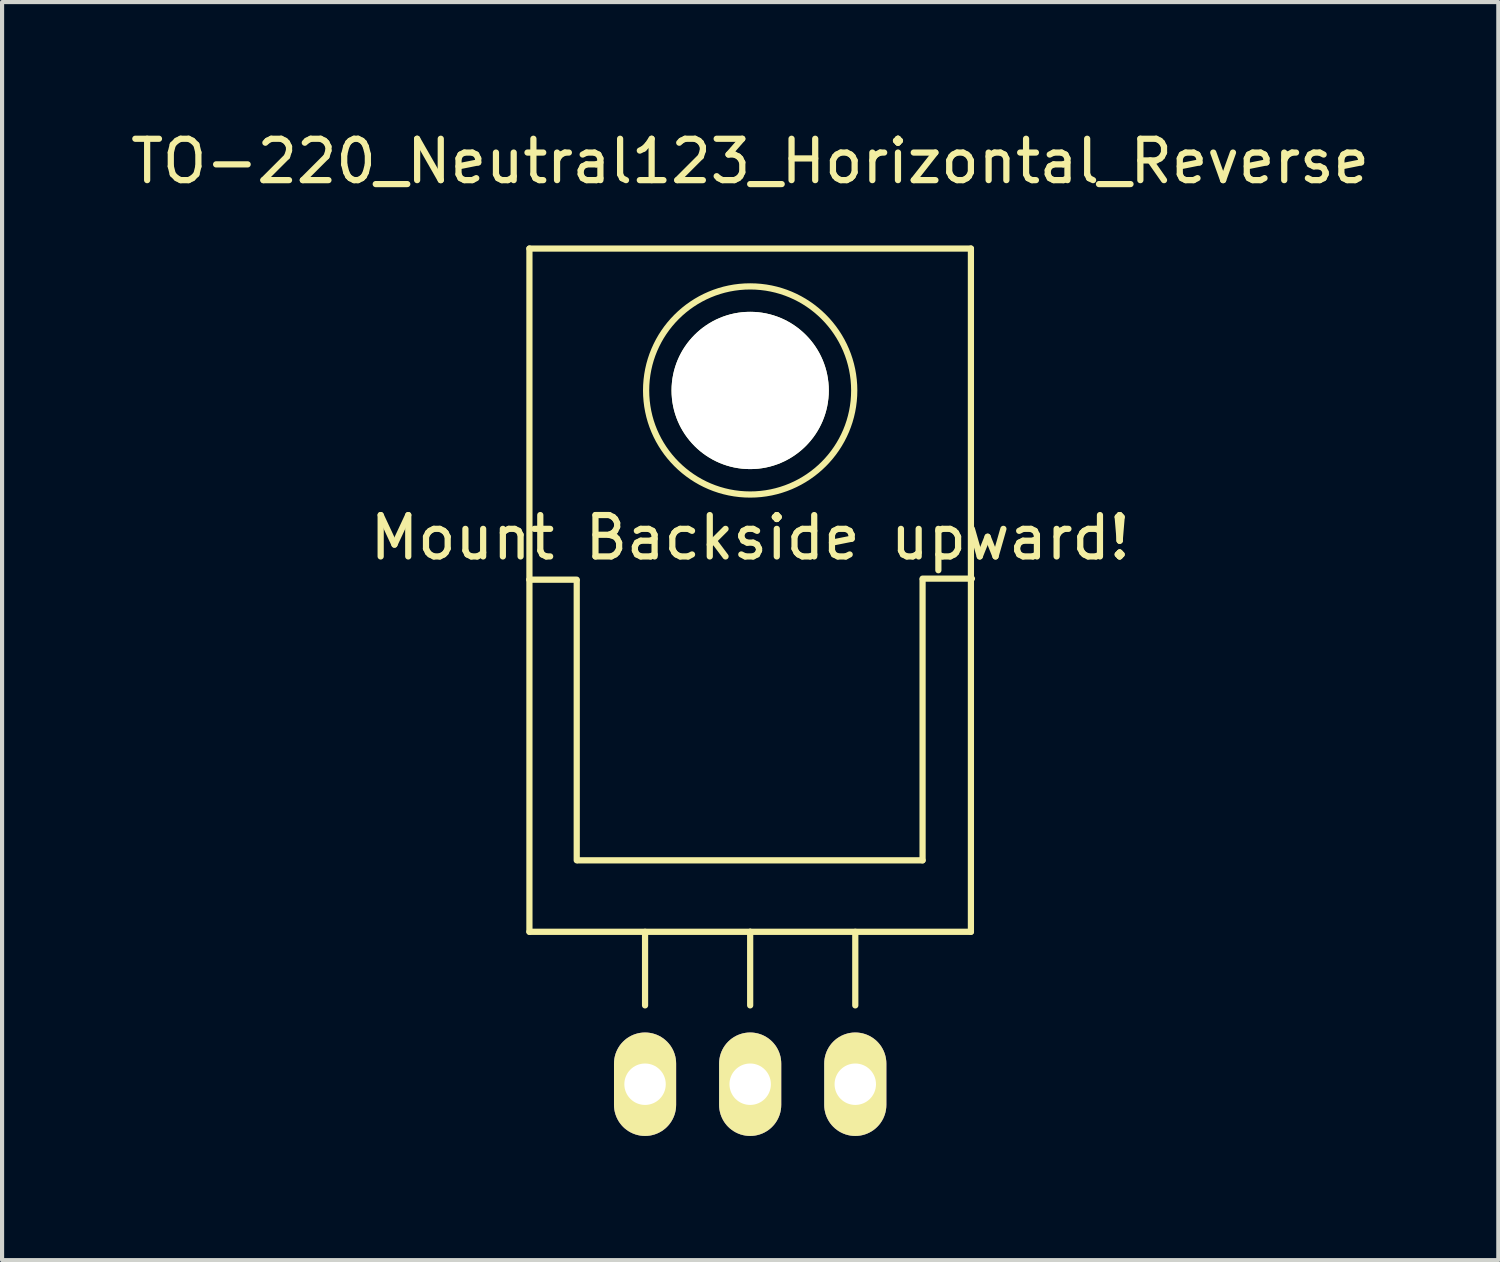
<source format=kicad_pcb>
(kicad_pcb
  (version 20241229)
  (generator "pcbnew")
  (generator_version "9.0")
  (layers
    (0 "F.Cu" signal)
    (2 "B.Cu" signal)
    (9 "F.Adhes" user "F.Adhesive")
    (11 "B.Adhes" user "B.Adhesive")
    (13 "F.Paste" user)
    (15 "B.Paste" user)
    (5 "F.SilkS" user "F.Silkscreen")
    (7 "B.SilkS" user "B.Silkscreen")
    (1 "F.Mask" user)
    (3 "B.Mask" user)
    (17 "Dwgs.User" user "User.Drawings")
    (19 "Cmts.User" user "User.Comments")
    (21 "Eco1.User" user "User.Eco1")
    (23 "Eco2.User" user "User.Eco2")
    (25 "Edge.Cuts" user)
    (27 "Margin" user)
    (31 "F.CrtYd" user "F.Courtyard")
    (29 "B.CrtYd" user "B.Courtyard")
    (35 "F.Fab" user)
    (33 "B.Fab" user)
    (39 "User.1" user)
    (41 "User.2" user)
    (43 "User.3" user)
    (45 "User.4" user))
  (footprint "TO-220_Neutral123_Horizontal_Reverse"
    (layer "F.Cu")
    (at 15.077 23.149)
    (property "Reference" "TO-220_Neutral123_Horizontal_Reverse" (at 0 -22.301 0) (layer "F.SilkS") (effects (font (size 1 1) (thickness 0.15))))
    (attr through_hole)
    (fp_line (start -5.334 -20.193) (end -5.334 -12.192) (stroke (width 0.15) (type solid)) (layer "F.SilkS"))
    (fp_line (start -5.334 -12.192) (end -5.334 -3.683) (stroke (width 0.15) (type solid)) (layer "F.SilkS"))
    (fp_line (start -4.191 -12.192) (end -5.334 -12.192) (stroke (width 0.15) (type solid)) (layer "F.SilkS"))
    (fp_line (start -4.191 -5.41) (end -4.191 -12.167) (stroke (width 0.15) (type solid)) (layer "F.SilkS"))
    (fp_line (start -2.54 -3.683) (end -2.54 -1.905) (stroke (width 0.15) (type solid)) (layer "F.SilkS"))
    (fp_line (start 0 -3.683) (end -5.334 -3.683) (stroke (width 0.15) (type solid)) (layer "F.SilkS"))
    (fp_line (start 0 -3.683) (end 0 -1.905) (stroke (width 0.15) (type solid)) (layer "F.SilkS"))
    (fp_line (start 0 -3.683) (end 5.334 -3.683) (stroke (width 0.15) (type solid)) (layer "F.SilkS"))
    (fp_line (start 2.54 -3.683) (end 2.54 -1.905) (stroke (width 0.15) (type solid)) (layer "F.SilkS"))
    (fp_line (start 4.166 -12.217) (end 5.359 -12.217) (stroke (width 0.15) (type solid)) (layer "F.SilkS"))
    (fp_line (start 4.166 -12.192) (end 4.166 -5.41) (stroke (width 0.15) (type solid)) (layer "F.SilkS"))
    (fp_line (start 4.166 -5.41) (end -4.166 -5.41) (stroke (width 0.15) (type solid)) (layer "F.SilkS"))
    (fp_line (start 5.334 -20.193) (end -5.334 -20.193) (stroke (width 0.15) (type solid)) (layer "F.SilkS"))
    (fp_line (start 5.334 -12.192) (end 5.334 -20.193) (stroke (width 0.15) (type solid)) (layer "F.SilkS"))
    (fp_line (start 5.334 -3.683) (end 5.334 -12.192) (stroke (width 0.15) (type solid)) (layer "F.SilkS"))
    (fp_circle (center 0 -16.764) (end 1.778 -14.986) (stroke (width 0.15) (type solid)) (fill no) (layer "F.SilkS"))
    (fp_text user "Mount Backside upward!" (at 0 -13.208 0) (layer "F.SilkS") (effects (font (size 1 1) (thickness 0.15))))
    (pad "" np_thru_hole circle (at 0 -16.764 90) (size 3.8 3.8) (drill 3.8) (layers "*.Cu" "*.Mask" "F.SilkS"))
    (pad "GND" thru_hole oval (at 0 0 90) (size 2.499 1.501) (drill 1.001) (layers "*.Cu" "*.Mask" "F.SilkS"))
    (pad "VI" thru_hole oval (at 2.54 0 90) (size 2.499 1.501) (drill 1.001) (layers "*.Cu" "*.Mask" "F.SilkS"))
    (pad "VO" thru_hole oval (at -2.54 0 90) (size 2.499 1.501) (drill 1.001) (layers "*.Cu" "*.Mask" "F.SilkS")))
  (gr_rect
    (start -3 -3)
    (end 33.155 27.399)
    (stroke (width 0.1) (type default))
    (fill no)
    (layer "Edge.Cuts")))
</source>
